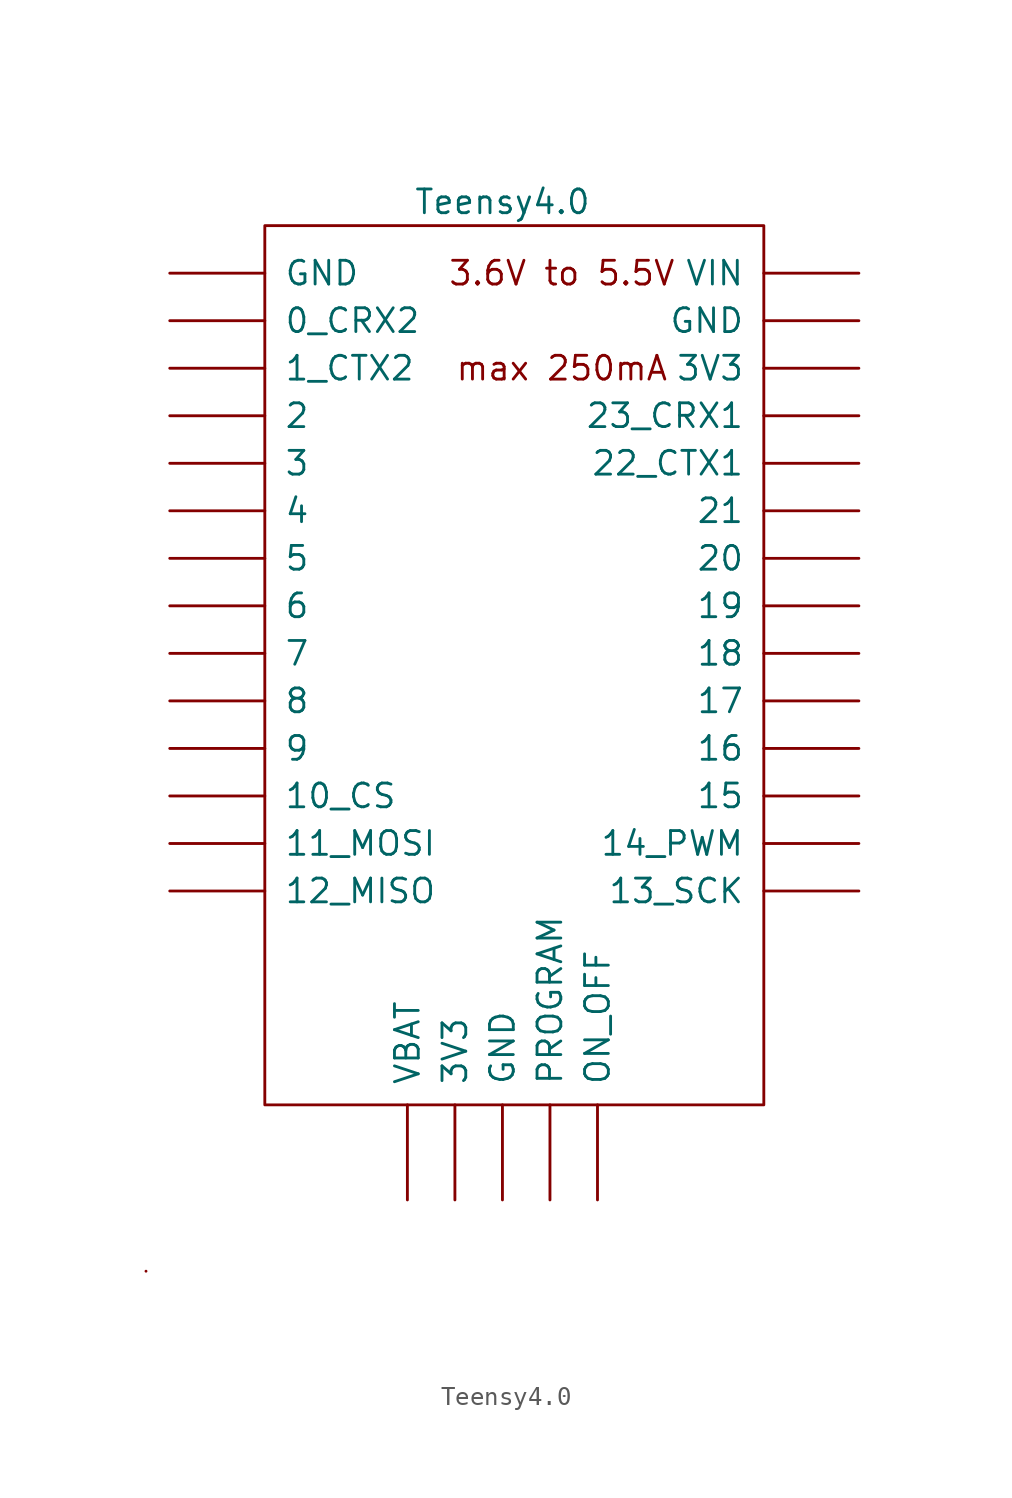
<source format=kicad_sym>
(kicad_symbol_lib
  (version 20211014)
  (generator kicad_symbol_editor)
  (symbol "Teensy4.0"
    (pin_numbers hide)
    (pin_names
      (offset 1.016))
    (property "Reference" "U"
      (at -5.08 17.78 0)
      (effects (font (size 1.27 1.27)) hide))
    (property "Value" "Teensy4.0"
      (at -1.27 25.4 0)
      (effects (font (size 1.27 1.27))))
    (symbol "Teensy4.0_0_0"
      (text "3.6V to 5.5V" (at 1.905 21.59 0) (effects (font (size 1.27 1.27))))
      (text "max 250mA" (at 1.905 16.51 0) (effects (font (size 1.27 1.27))))
      (pin bidirectional line (at -19.05 -1.27 0) (length 5.08) (name "8" (effects (font (size 1.27 1.27)))) (number "10" (effects (font (size 1.27 1.27)))))
      (pin bidirectional line (at -19.05 -3.81 0) (length 5.08) (name "9" (effects (font (size 1.27 1.27)))) (number "11" (effects (font (size 1.27 1.27)))))
      (pin bidirectional line (at -19.05 -6.35 0) (length 5.08) (name "10_CS" (effects (font (size 1.27 1.27)))) (number "12" (effects (font (size 1.27 1.27)))))
      (pin bidirectional line (at -19.05 -8.89 0) (length 5.08) (name "11_MOSI" (effects (font (size 1.27 1.27)))) (number "13" (effects (font (size 1.27 1.27)))))
      (pin bidirectional line (at -19.05 -11.43 0) (length 5.08) (name "12_MISO" (effects (font (size 1.27 1.27)))) (number "14" (effects (font (size 1.27 1.27)))))
      (pin power_in line (at -6.35 -27.94 90) (length 5.08) (name "VBAT" (effects (font (size 1.27 1.27)))) (number "15" (effects (font (size 1.27 1.27)))))
      (pin power_in line (at -3.81 -27.94 90) (length 5.08) (name "3V3" (effects (font (size 1.27 1.27)))) (number "16" (effects (font (size 1.27 1.27)))))
      (pin power_in line (at -1.27 -27.94 90) (length 5.08) (name "GND" (effects (font (size 1.27 1.27)))) (number "17" (effects (font (size 1.27 1.27)))))
      (pin input line (at 1.27 -27.94 90) (length 5.08) (name "PROGRAM" (effects (font (size 1.27 1.27)))) (number "18" (effects (font (size 1.27 1.27)))))
      (pin input line (at 3.81 -27.94 90) (length 5.08) (name "ON_OFF" (effects (font (size 1.27 1.27)))) (number "19" (effects (font (size 1.27 1.27)))))
      (pin bidirectional line (at 17.78 -11.43 180) (length 5.08) (name "13_SCK" (effects (font (size 1.27 1.27)))) (number "20" (effects (font (size 1.27 1.27)))))
      (pin bidirectional line (at 17.78 -8.89 180) (length 5.08) (name "14_PWM" (effects (font (size 1.27 1.27)))) (number "21" (effects (font (size 1.27 1.27)))))
      (pin bidirectional line (at 17.78 -6.35 180) (length 5.08) (name "15" (effects (font (size 1.27 1.27)))) (number "22" (effects (font (size 1.27 1.27)))))
      (pin bidirectional line (at 17.78 -3.81 180) (length 5.08) (name "16" (effects (font (size 1.27 1.27)))) (number "23" (effects (font (size 1.27 1.27)))))
      (pin bidirectional line (at 17.78 -1.27 180) (length 5.08) (name "17" (effects (font (size 1.27 1.27)))) (number "24" (effects (font (size 1.27 1.27)))))
      (pin bidirectional line (at 17.78 1.27 180) (length 5.08) (name "18" (effects (font (size 1.27 1.27)))) (number "25" (effects (font (size 1.27 1.27)))))
      (pin bidirectional line (at 17.78 3.81 180) (length 5.08) (name "19" (effects (font (size 1.27 1.27)))) (number "26" (effects (font (size 1.27 1.27)))))
      (pin bidirectional line (at 17.78 6.35 180) (length 5.08) (name "20" (effects (font (size 1.27 1.27)))) (number "27" (effects (font (size 1.27 1.27)))))
      (pin bidirectional line (at 17.78 8.89 180) (length 5.08) (name "21" (effects (font (size 1.27 1.27)))) (number "28" (effects (font (size 1.27 1.27)))))
      (pin bidirectional line (at 17.78 11.43 180) (length 5.08) (name "22_CTX1" (effects (font (size 1.27 1.27)))) (number "29" (effects (font (size 1.27 1.27)))))
      (pin bidirectional line (at 17.78 13.97 180) (length 5.08) (name "23_CRX1" (effects (font (size 1.27 1.27)))) (number "30" (effects (font (size 1.27 1.27)))))
      (pin power_out line (at 17.78 16.51 180) (length 5.08) (name "3V3" (effects (font (size 1.27 1.27)))) (number "31" (effects (font (size 1.27 1.27)))))
      (pin power_in line (at 17.78 19.05 180) (length 5.08) (name "GND" (effects (font (size 1.27 1.27)))) (number "32" (effects (font (size 1.27 1.27)))))
      (pin power_in line (at 17.78 21.59 180) (length 5.08) (name "VIN" (effects (font (size 1.27 1.27)))) (number "33" (effects (font (size 1.27 1.27)))))
      (pin bidirectional line (at -19.05 11.43 0) (length 5.08) (name "3" (effects (font (size 1.27 1.27)))) (number "5" (effects (font (size 1.27 1.27)))))
      (pin bidirectional line (at -19.05 8.89 0) (length 5.08) (name "4" (effects (font (size 1.27 1.27)))) (number "6" (effects (font (size 1.27 1.27)))))
      (pin bidirectional line (at -19.05 6.35 0) (length 5.08) (name "5" (effects (font (size 1.27 1.27)))) (number "7" (effects (font (size 1.27 1.27)))))
      (pin bidirectional line (at -19.05 3.81 0) (length 5.08) (name "6" (effects (font (size 1.27 1.27)))) (number "8" (effects (font (size 1.27 1.27)))))
      (pin bidirectional line (at -19.05 1.27 0) (length 5.08) (name "7" (effects (font (size 1.27 1.27)))) (number "9" (effects (font (size 1.27 1.27))))))
    (symbol "Teensy4.0_0_1"
      (rectangle (start -20.32 -31.75) (end -20.32 -31.75) (stroke (width 0) (type default) (color 0 0 0 0)) (fill (type none)))
      (rectangle (start -13.97 24.13) (end 12.7 -22.86) (stroke (width 0) (type default) (color 0 0 0 0)) (fill (type none))))
    (symbol "Teensy4.0_1_1"
      (pin power_in line (at -19.05 21.59 0) (length 5.08) (name "GND" (effects (font (size 1.27 1.27)))) (number "1" (effects (font (size 1.27 1.27)))))
      (pin bidirectional line (at -19.05 19.05 0) (length 5.08) (name "0_CRX2" (effects (font (size 1.27 1.27)))) (number "2" (effects (font (size 1.27 1.27)))))
      (pin bidirectional line (at -19.05 16.51 0) (length 5.08) (name "1_CTX2" (effects (font (size 1.27 1.27)))) (number "3" (effects (font (size 1.27 1.27)))))
      (pin bidirectional line (at -19.05 13.97 0) (length 5.08) (name "2" (effects (font (size 1.27 1.27)))) (number "4" (effects (font (size 1.27 1.27))))))))
</source>
